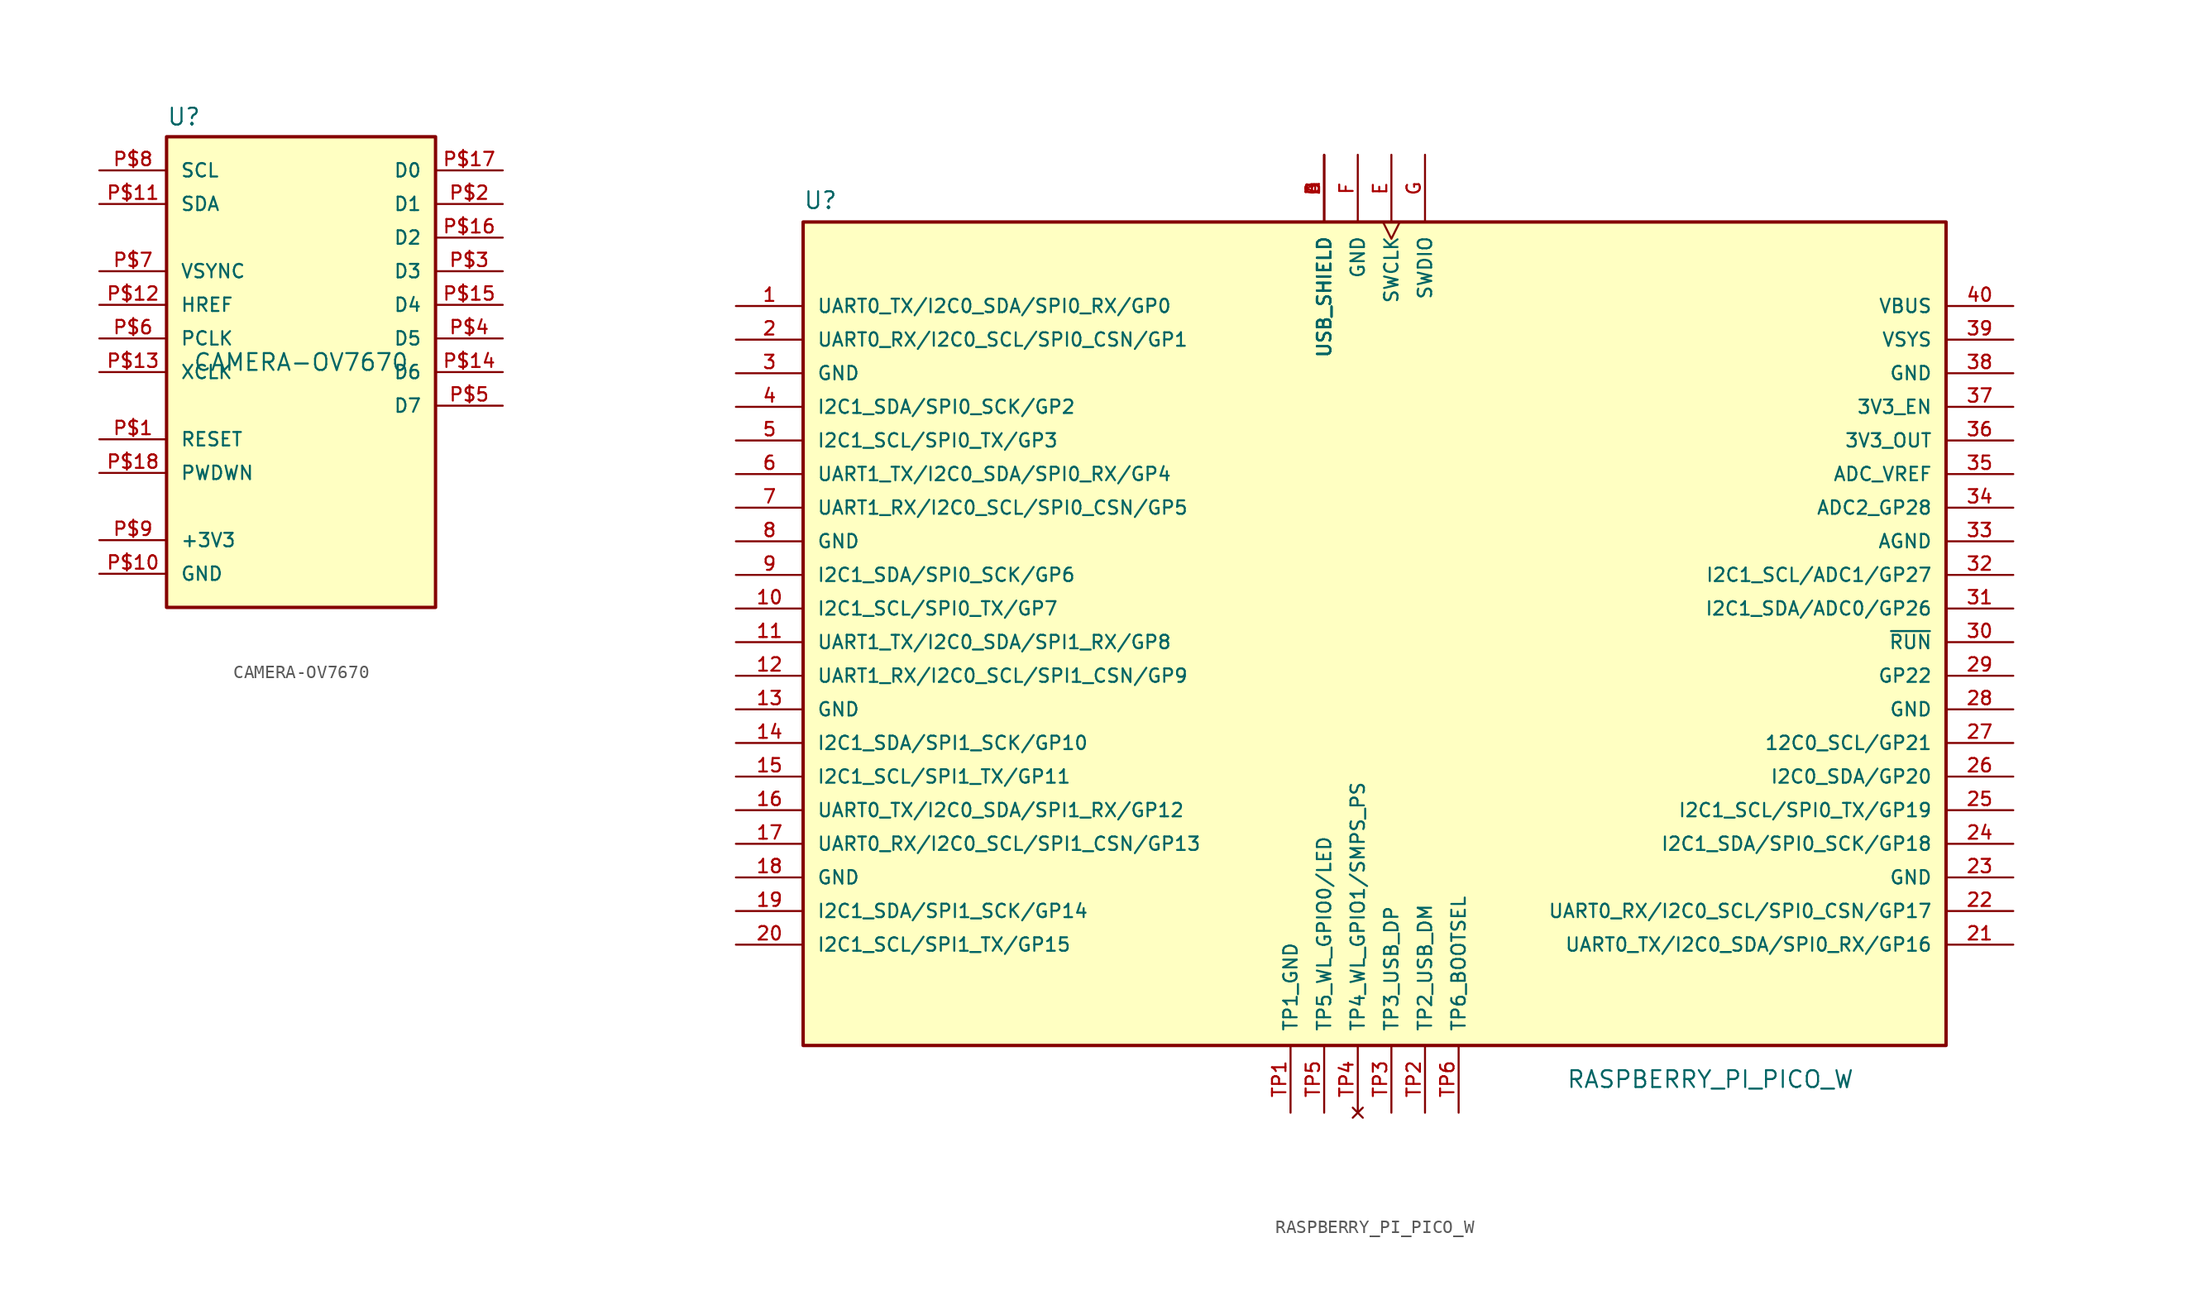
<source format=kicad_sym>
(kicad_symbol_lib
  (version 20231120)
  (generator "kicad_symbol_editor")
  (generator_version "8.0")
  (symbol "CAMERA-OV7670"
    (pin_names
      (offset 1.016))
    (property "Reference" "U"
      (at -10.16 18.542 0)
      (effects (font (size 1.27 1.27)) (justify left bottom)))
    (property "Value" "CAMERA-OV7670"
      (at 0 0 0)
      (effects (font (size 1.27 1.27)) (justify bottom)))
    (symbol "CAMERA-OV7670_0_0"
      (rectangle (start -10.16 -17.78) (end 10.16 17.78) (stroke (width 0.254) (type default)) (fill (type background)))
      (pin bidirectional line (at -15.24 -5.08 0) (length 5.08) (name "RESET" (effects (font (size 1.016 1.016)))) (number "P$1" (effects (font (size 1.016 1.016)))))
      (pin bidirectional line (at -15.24 -15.24 0) (length 5.08) (name "GND" (effects (font (size 1.016 1.016)))) (number "P$10" (effects (font (size 1.016 1.016)))))
      (pin bidirectional line (at -15.24 12.7 0) (length 5.08) (name "SDA" (effects (font (size 1.016 1.016)))) (number "P$11" (effects (font (size 1.016 1.016)))))
      (pin bidirectional line (at -15.24 5.08 0) (length 5.08) (name "HREF" (effects (font (size 1.016 1.016)))) (number "P$12" (effects (font (size 1.016 1.016)))))
      (pin bidirectional line (at -15.24 0 0) (length 5.08) (name "XCLK" (effects (font (size 1.016 1.016)))) (number "P$13" (effects (font (size 1.016 1.016)))))
      (pin bidirectional line (at 15.24 0 180) (length 5.08) (name "D6" (effects (font (size 1.016 1.016)))) (number "P$14" (effects (font (size 1.016 1.016)))))
      (pin bidirectional line (at 15.24 5.08 180) (length 5.08) (name "D4" (effects (font (size 1.016 1.016)))) (number "P$15" (effects (font (size 1.016 1.016)))))
      (pin bidirectional line (at 15.24 10.16 180) (length 5.08) (name "D2" (effects (font (size 1.016 1.016)))) (number "P$16" (effects (font (size 1.016 1.016)))))
      (pin bidirectional line (at 15.24 15.24 180) (length 5.08) (name "D0" (effects (font (size 1.016 1.016)))) (number "P$17" (effects (font (size 1.016 1.016)))))
      (pin bidirectional line (at -15.24 -7.62 0) (length 5.08) (name "PWDWN" (effects (font (size 1.016 1.016)))) (number "P$18" (effects (font (size 1.016 1.016)))))
      (pin bidirectional line (at 15.24 12.7 180) (length 5.08) (name "D1" (effects (font (size 1.016 1.016)))) (number "P$2" (effects (font (size 1.016 1.016)))))
      (pin bidirectional line (at 15.24 7.62 180) (length 5.08) (name "D3" (effects (font (size 1.016 1.016)))) (number "P$3" (effects (font (size 1.016 1.016)))))
      (pin bidirectional line (at 15.24 2.54 180) (length 5.08) (name "D5" (effects (font (size 1.016 1.016)))) (number "P$4" (effects (font (size 1.016 1.016)))))
      (pin bidirectional line (at 15.24 -2.54 180) (length 5.08) (name "D7" (effects (font (size 1.016 1.016)))) (number "P$5" (effects (font (size 1.016 1.016)))))
      (pin bidirectional line (at -15.24 2.54 0) (length 5.08) (name "PCLK" (effects (font (size 1.016 1.016)))) (number "P$6" (effects (font (size 1.016 1.016)))))
      (pin bidirectional line (at -15.24 7.62 0) (length 5.08) (name "VSYNC" (effects (font (size 1.016 1.016)))) (number "P$7" (effects (font (size 1.016 1.016)))))
      (pin bidirectional line (at -15.24 15.24 0) (length 5.08) (name "SCL" (effects (font (size 1.016 1.016)))) (number "P$8" (effects (font (size 1.016 1.016)))))
      (pin bidirectional line (at -15.24 -12.7 0) (length 5.08) (name "+3V3" (effects (font (size 1.016 1.016)))) (number "P$9" (effects (font (size 1.016 1.016)))))))
  (symbol "RASPBERRY_PI_PICO_W"
    (pin_names
      (offset 1.016))
    (property "Reference" "U"
      (at -43.18 32.639 0)
      (effects (font (size 1.27 1.27)) (justify left bottom)))
    (property "Value" "RASPBERRY_PI_PICO_W"
      (at 14.478 -33.782 0)
      (effects (font (size 1.27 1.27)) (justify left bottom)))
    (symbol "RASPBERRY_PI_PICO_W_0_0"
      (rectangle (start -43.18 31.75) (end 43.18 -30.48) (stroke (width 0.254) (type default)) (fill (type background)))
      (pin bidirectional line (at -48.26 25.4 0) (length 5.08) (name "UART0_TX/I2C0_SDA/SPI0_RX/GP0" (effects (font (size 1.016 1.016)))) (number "1" (effects (font (size 1.016 1.016)))))
      (pin bidirectional line (at -48.26 2.54 0) (length 5.08) (name "I2C1_SCL/SPI0_TX/GP7" (effects (font (size 1.016 1.016)))) (number "10" (effects (font (size 1.016 1.016)))))
      (pin bidirectional line (at -48.26 0 0) (length 5.08) (name "UART1_TX/I2C0_SDA/SPI1_RX/GP8" (effects (font (size 1.016 1.016)))) (number "11" (effects (font (size 1.016 1.016)))))
      (pin bidirectional line (at -48.26 -2.54 0) (length 5.08) (name "UART1_RX/I2C0_SCL/SPI1_CSN/GP9" (effects (font (size 1.016 1.016)))) (number "12" (effects (font (size 1.016 1.016)))))
      (pin power_in line (at -48.26 -5.08 0) (length 5.08) (name "GND" (effects (font (size 1.016 1.016)))) (number "13" (effects (font (size 1.016 1.016)))))
      (pin bidirectional line (at -48.26 -7.62 0) (length 5.08) (name "I2C1_SDA/SPI1_SCK/GP10" (effects (font (size 1.016 1.016)))) (number "14" (effects (font (size 1.016 1.016)))))
      (pin bidirectional line (at -48.26 -10.16 0) (length 5.08) (name "I2C1_SCL/SPI1_TX/GP11" (effects (font (size 1.016 1.016)))) (number "15" (effects (font (size 1.016 1.016)))))
      (pin bidirectional line (at -48.26 -12.7 0) (length 5.08) (name "UART0_TX/I2C0_SDA/SPI1_RX/GP12" (effects (font (size 1.016 1.016)))) (number "16" (effects (font (size 1.016 1.016)))))
      (pin bidirectional line (at -48.26 -15.24 0) (length 5.08) (name "UART0_RX/I2C0_SCL/SPI1_CSN/GP13" (effects (font (size 1.016 1.016)))) (number "17" (effects (font (size 1.016 1.016)))))
      (pin power_in line (at -48.26 -17.78 0) (length 5.08) (name "GND" (effects (font (size 1.016 1.016)))) (number "18" (effects (font (size 1.016 1.016)))))
      (pin bidirectional line (at -48.26 -20.32 0) (length 5.08) (name "I2C1_SDA/SPI1_SCK/GP14" (effects (font (size 1.016 1.016)))) (number "19" (effects (font (size 1.016 1.016)))))
      (pin bidirectional line (at -48.26 22.86 0) (length 5.08) (name "UART0_RX/I2C0_SCL/SPI0_CSN/GP1" (effects (font (size 1.016 1.016)))) (number "2" (effects (font (size 1.016 1.016)))))
      (pin bidirectional line (at -48.26 -22.86 0) (length 5.08) (name "I2C1_SCL/SPI1_TX/GP15" (effects (font (size 1.016 1.016)))) (number "20" (effects (font (size 1.016 1.016)))))
      (pin bidirectional line (at 48.26 -22.86 180) (length 5.08) (name "UART0_TX/I2C0_SDA/SPI0_RX/GP16" (effects (font (size 1.016 1.016)))) (number "21" (effects (font (size 1.016 1.016)))))
      (pin bidirectional line (at 48.26 -20.32 180) (length 5.08) (name "UART0_RX/I2C0_SCL/SPI0_CSN/GP17" (effects (font (size 1.016 1.016)))) (number "22" (effects (font (size 1.016 1.016)))))
      (pin power_in line (at 48.26 -17.78 180) (length 5.08) (name "GND" (effects (font (size 1.016 1.016)))) (number "23" (effects (font (size 1.016 1.016)))))
      (pin bidirectional line (at 48.26 -15.24 180) (length 5.08) (name "I2C1_SDA/SPI0_SCK/GP18" (effects (font (size 1.016 1.016)))) (number "24" (effects (font (size 1.016 1.016)))))
      (pin bidirectional line (at 48.26 -12.7 180) (length 5.08) (name "I2C1_SCL/SPI0_TX/GP19" (effects (font (size 1.016 1.016)))) (number "25" (effects (font (size 1.016 1.016)))))
      (pin bidirectional line (at 48.26 -10.16 180) (length 5.08) (name "I2C0_SDA/GP20" (effects (font (size 1.016 1.016)))) (number "26" (effects (font (size 1.016 1.016)))))
      (pin bidirectional line (at 48.26 -7.62 180) (length 5.08) (name "12C0_SCL/GP21" (effects (font (size 1.016 1.016)))) (number "27" (effects (font (size 1.016 1.016)))))
      (pin power_in line (at 48.26 -5.08 180) (length 5.08) (name "GND" (effects (font (size 1.016 1.016)))) (number "28" (effects (font (size 1.016 1.016)))))
      (pin bidirectional line (at 48.26 -2.54 180) (length 5.08) (name "GP22" (effects (font (size 1.016 1.016)))) (number "29" (effects (font (size 1.016 1.016)))))
      (pin power_in line (at -48.26 20.32 0) (length 5.08) (name "GND" (effects (font (size 1.016 1.016)))) (number "3" (effects (font (size 1.016 1.016)))))
      (pin input line (at 48.26 0 180) (length 5.08) (name "~{RUN}" (effects (font (size 1.016 1.016)))) (number "30" (effects (font (size 1.016 1.016)))))
      (pin bidirectional line (at 48.26 2.54 180) (length 5.08) (name "I2C1_SDA/ADC0/GP26" (effects (font (size 1.016 1.016)))) (number "31" (effects (font (size 1.016 1.016)))))
      (pin bidirectional line (at 48.26 5.08 180) (length 5.08) (name "I2C1_SCL/ADC1/GP27" (effects (font (size 1.016 1.016)))) (number "32" (effects (font (size 1.016 1.016)))))
      (pin power_in line (at 48.26 7.62 180) (length 5.08) (name "AGND" (effects (font (size 1.016 1.016)))) (number "33" (effects (font (size 1.016 1.016)))))
      (pin bidirectional line (at 48.26 10.16 180) (length 5.08) (name "ADC2_GP28" (effects (font (size 1.016 1.016)))) (number "34" (effects (font (size 1.016 1.016)))))
      (pin power_in line (at 48.26 12.7 180) (length 5.08) (name "ADC_VREF" (effects (font (size 1.016 1.016)))) (number "35" (effects (font (size 1.016 1.016)))))
      (pin power_in line (at 48.26 15.24 180) (length 5.08) (name "3V3_OUT" (effects (font (size 1.016 1.016)))) (number "36" (effects (font (size 1.016 1.016)))))
      (pin input line (at 48.26 17.78 180) (length 5.08) (name "3V3_EN" (effects (font (size 1.016 1.016)))) (number "37" (effects (font (size 1.016 1.016)))))
      (pin power_in line (at 48.26 20.32 180) (length 5.08) (name "GND" (effects (font (size 1.016 1.016)))) (number "38" (effects (font (size 1.016 1.016)))))
      (pin power_in line (at 48.26 22.86 180) (length 5.08) (name "VSYS" (effects (font (size 1.016 1.016)))) (number "39" (effects (font (size 1.016 1.016)))))
      (pin bidirectional line (at -48.26 17.78 0) (length 5.08) (name "I2C1_SDA/SPI0_SCK/GP2" (effects (font (size 1.016 1.016)))) (number "4" (effects (font (size 1.016 1.016)))))
      (pin power_in line (at 48.26 25.4 180) (length 5.08) (name "VBUS" (effects (font (size 1.016 1.016)))) (number "40" (effects (font (size 1.016 1.016)))))
      (pin bidirectional line (at -48.26 15.24 0) (length 5.08) (name "I2C1_SCL/SPI0_TX/GP3" (effects (font (size 1.016 1.016)))) (number "5" (effects (font (size 1.016 1.016)))))
      (pin bidirectional line (at -48.26 12.7 0) (length 5.08) (name "UART1_TX/I2C0_SDA/SPI0_RX/GP4" (effects (font (size 1.016 1.016)))) (number "6" (effects (font (size 1.016 1.016)))))
      (pin bidirectional line (at -48.26 10.16 0) (length 5.08) (name "UART1_RX/I2C0_SCL/SPI0_CSN/GP5" (effects (font (size 1.016 1.016)))) (number "7" (effects (font (size 1.016 1.016)))))
      (pin power_in line (at -48.26 7.62 0) (length 5.08) (name "GND" (effects (font (size 1.016 1.016)))) (number "8" (effects (font (size 1.016 1.016)))))
      (pin bidirectional line (at -48.26 5.08 0) (length 5.08) (name "I2C1_SDA/SPI0_SCK/GP6" (effects (font (size 1.016 1.016)))) (number "9" (effects (font (size 1.016 1.016)))))
      (pin power_in line (at -3.81 36.83 270) (length 5.08) (name "USB_SHIELD" (effects (font (size 1.016 1.016)))) (number "A" (effects (font (size 1.016 1.016)))))
      (pin power_in line (at -3.81 36.83 270) (length 5.08) (name "USB_SHIELD" (effects (font (size 1.016 1.016)))) (number "B" (effects (font (size 1.016 1.016)))))
      (pin power_in line (at -3.81 36.83 270) (length 5.08) (name "USB_SHIELD" (effects (font (size 1.016 1.016)))) (number "C" (effects (font (size 1.016 1.016)))))
      (pin power_in line (at -3.81 36.83 270) (length 5.08) (name "USB_SHIELD" (effects (font (size 1.016 1.016)))) (number "D" (effects (font (size 1.016 1.016)))))
      (pin input clock (at 1.27 36.83 270) (length 5.08) (name "SWCLK" (effects (font (size 1.016 1.016)))) (number "E" (effects (font (size 1.016 1.016)))))
      (pin power_in line (at -1.27 36.83 270) (length 5.08) (name "GND" (effects (font (size 1.016 1.016)))) (number "F" (effects (font (size 1.016 1.016)))))
      (pin bidirectional line (at 3.81 36.83 270) (length 5.08) (name "SWDIO" (effects (font (size 1.016 1.016)))) (number "G" (effects (font (size 1.016 1.016)))))
      (pin power_in line (at -6.35 -35.56 90) (length 5.08) (name "TP1_GND" (effects (font (size 1.016 1.016)))) (number "TP1" (effects (font (size 1.016 1.016)))))
      (pin bidirectional line (at 3.81 -35.56 90) (length 5.08) (name "TP2_USB_DM" (effects (font (size 1.016 1.016)))) (number "TP2" (effects (font (size 1.016 1.016)))))
      (pin bidirectional line (at 1.27 -35.56 90) (length 5.08) (name "TP3_USB_DP" (effects (font (size 1.016 1.016)))) (number "TP3" (effects (font (size 1.016 1.016)))))
      (pin no_connect line (at -1.27 -35.56 90) (length 5.08) (name "TP4_WL_GPIO1/SMPS_PS" (effects (font (size 1.016 1.016)))) (number "TP4" (effects (font (size 1.016 1.016)))))
      (pin bidirectional line (at -3.81 -35.56 90) (length 5.08) (name "TP5_WL_GPIO0/LED" (effects (font (size 1.016 1.016)))) (number "TP5" (effects (font (size 1.016 1.016)))))
      (pin input line (at 6.35 -35.56 90) (length 5.08) (name "TP6_BOOTSEL" (effects (font (size 1.016 1.016)))) (number "TP6" (effects (font (size 1.016 1.016))))))))
</source>
